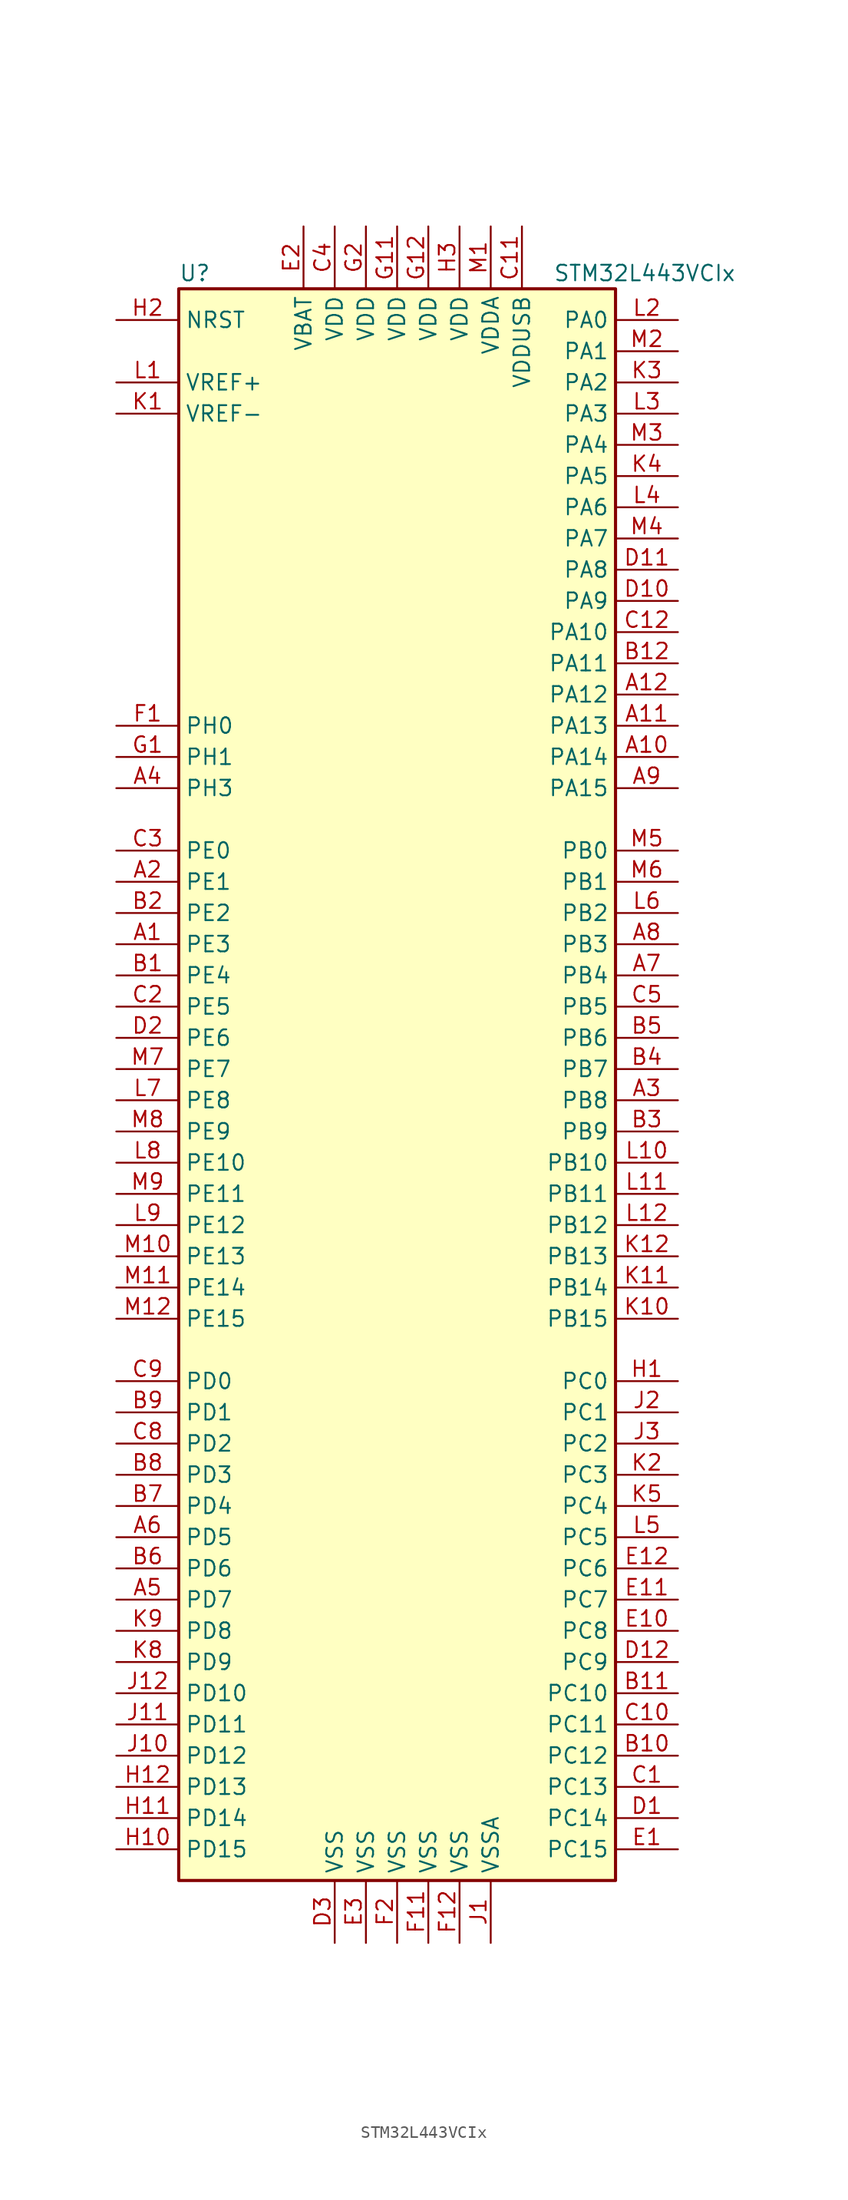
<source format=kicad_sym>
(kicad_symbol_lib
  (version 20201005)
  (generator kicad_symbol_editor)
  (symbol "MCU_ST_STM32L4:STM32L443VCIx"
    (property "Reference" "U"
      (at -17.78 64.77 0)
      (effects (font (size 1.27 1.27)) (justify left)))
    (property "Value" "STM32L443VCIx"
      (at 12.7 64.77 0)
      (effects (font (size 1.27 1.27)) (justify left)))
    (symbol "STM32L443VCIx_0_1"
      (rectangle (start -17.78 -66.04) (end 17.78 63.5) (stroke (width 0.254)) (fill (type background))))
    (symbol "STM32L443VCIx_1_1"
      (pin bidirectional line (at -22.86 10.16 0) (length 5.08) (name "PE3" (effects (font (size 1.27 1.27)))) (number "A1" (effects (font (size 1.27 1.27)))))
      (pin bidirectional line (at 22.86 25.4 180) (length 5.08) (name "PA14" (effects (font (size 1.27 1.27)))) (number "A10" (effects (font (size 1.27 1.27)))))
      (pin bidirectional line (at 22.86 27.94 180) (length 5.08) (name "PA13" (effects (font (size 1.27 1.27)))) (number "A11" (effects (font (size 1.27 1.27)))))
      (pin bidirectional line (at 22.86 30.48 180) (length 5.08) (name "PA12" (effects (font (size 1.27 1.27)))) (number "A12" (effects (font (size 1.27 1.27)))))
      (pin bidirectional line (at -22.86 15.24 0) (length 5.08) (name "PE1" (effects (font (size 1.27 1.27)))) (number "A2" (effects (font (size 1.27 1.27)))))
      (pin bidirectional line (at 22.86 -2.54 180) (length 5.08) (name "PB8" (effects (font (size 1.27 1.27)))) (number "A3" (effects (font (size 1.27 1.27)))))
      (pin bidirectional line (at -22.86 22.86 0) (length 5.08) (name "PH3" (effects (font (size 1.27 1.27)))) (number "A4" (effects (font (size 1.27 1.27)))))
      (pin bidirectional line (at -22.86 -43.18 0) (length 5.08) (name "PD7" (effects (font (size 1.27 1.27)))) (number "A5" (effects (font (size 1.27 1.27)))))
      (pin bidirectional line (at -22.86 -38.1 0) (length 5.08) (name "PD5" (effects (font (size 1.27 1.27)))) (number "A6" (effects (font (size 1.27 1.27)))))
      (pin bidirectional line (at 22.86 7.62 180) (length 5.08) (name "PB4" (effects (font (size 1.27 1.27)))) (number "A7" (effects (font (size 1.27 1.27)))))
      (pin bidirectional line (at 22.86 10.16 180) (length 5.08) (name "PB3" (effects (font (size 1.27 1.27)))) (number "A8" (effects (font (size 1.27 1.27)))))
      (pin bidirectional line (at 22.86 22.86 180) (length 5.08) (name "PA15" (effects (font (size 1.27 1.27)))) (number "A9" (effects (font (size 1.27 1.27)))))
      (pin bidirectional line (at -22.86 7.62 0) (length 5.08) (name "PE4" (effects (font (size 1.27 1.27)))) (number "B1" (effects (font (size 1.27 1.27)))))
      (pin bidirectional line (at 22.86 -55.88 180) (length 5.08) (name "PC12" (effects (font (size 1.27 1.27)))) (number "B10" (effects (font (size 1.27 1.27)))))
      (pin bidirectional line (at 22.86 -50.8 180) (length 5.08) (name "PC10" (effects (font (size 1.27 1.27)))) (number "B11" (effects (font (size 1.27 1.27)))))
      (pin bidirectional line (at 22.86 33.02 180) (length 5.08) (name "PA11" (effects (font (size 1.27 1.27)))) (number "B12" (effects (font (size 1.27 1.27)))))
      (pin bidirectional line (at -22.86 12.7 0) (length 5.08) (name "PE2" (effects (font (size 1.27 1.27)))) (number "B2" (effects (font (size 1.27 1.27)))))
      (pin bidirectional line (at 22.86 -5.08 180) (length 5.08) (name "PB9" (effects (font (size 1.27 1.27)))) (number "B3" (effects (font (size 1.27 1.27)))))
      (pin bidirectional line (at 22.86 0 180) (length 5.08) (name "PB7" (effects (font (size 1.27 1.27)))) (number "B4" (effects (font (size 1.27 1.27)))))
      (pin bidirectional line (at 22.86 2.54 180) (length 5.08) (name "PB6" (effects (font (size 1.27 1.27)))) (number "B5" (effects (font (size 1.27 1.27)))))
      (pin bidirectional line (at -22.86 -40.64 0) (length 5.08) (name "PD6" (effects (font (size 1.27 1.27)))) (number "B6" (effects (font (size 1.27 1.27)))))
      (pin bidirectional line (at -22.86 -35.56 0) (length 5.08) (name "PD4" (effects (font (size 1.27 1.27)))) (number "B7" (effects (font (size 1.27 1.27)))))
      (pin bidirectional line (at -22.86 -33.02 0) (length 5.08) (name "PD3" (effects (font (size 1.27 1.27)))) (number "B8" (effects (font (size 1.27 1.27)))))
      (pin bidirectional line (at -22.86 -27.94 0) (length 5.08) (name "PD1" (effects (font (size 1.27 1.27)))) (number "B9" (effects (font (size 1.27 1.27)))))
      (pin bidirectional line (at 22.86 -58.42 180) (length 5.08) (name "PC13" (effects (font (size 1.27 1.27)))) (number "C1" (effects (font (size 1.27 1.27)))))
      (pin bidirectional line (at 22.86 -53.34 180) (length 5.08) (name "PC11" (effects (font (size 1.27 1.27)))) (number "C10" (effects (font (size 1.27 1.27)))))
      (pin power_in line (at 10.16 68.58 270) (length 5.08) (name "VDDUSB" (effects (font (size 1.27 1.27)))) (number "C11" (effects (font (size 1.27 1.27)))))
      (pin bidirectional line (at 22.86 35.56 180) (length 5.08) (name "PA10" (effects (font (size 1.27 1.27)))) (number "C12" (effects (font (size 1.27 1.27)))))
      (pin bidirectional line (at -22.86 5.08 0) (length 5.08) (name "PE5" (effects (font (size 1.27 1.27)))) (number "C2" (effects (font (size 1.27 1.27)))))
      (pin bidirectional line (at -22.86 17.78 0) (length 5.08) (name "PE0" (effects (font (size 1.27 1.27)))) (number "C3" (effects (font (size 1.27 1.27)))))
      (pin power_in line (at -5.08 68.58 270) (length 5.08) (name "VDD" (effects (font (size 1.27 1.27)))) (number "C4" (effects (font (size 1.27 1.27)))))
      (pin bidirectional line (at 22.86 5.08 180) (length 5.08) (name "PB5" (effects (font (size 1.27 1.27)))) (number "C5" (effects (font (size 1.27 1.27)))))
      (pin bidirectional line (at -22.86 -30.48 0) (length 5.08) (name "PD2" (effects (font (size 1.27 1.27)))) (number "C8" (effects (font (size 1.27 1.27)))))
      (pin bidirectional line (at -22.86 -25.4 0) (length 5.08) (name "PD0" (effects (font (size 1.27 1.27)))) (number "C9" (effects (font (size 1.27 1.27)))))
      (pin bidirectional line (at 22.86 -60.96 180) (length 5.08) (name "PC14" (effects (font (size 1.27 1.27)))) (number "D1" (effects (font (size 1.27 1.27)))))
      (pin bidirectional line (at 22.86 38.1 180) (length 5.08) (name "PA9" (effects (font (size 1.27 1.27)))) (number "D10" (effects (font (size 1.27 1.27)))))
      (pin bidirectional line (at 22.86 40.64 180) (length 5.08) (name "PA8" (effects (font (size 1.27 1.27)))) (number "D11" (effects (font (size 1.27 1.27)))))
      (pin bidirectional line (at 22.86 -48.26 180) (length 5.08) (name "PC9" (effects (font (size 1.27 1.27)))) (number "D12" (effects (font (size 1.27 1.27)))))
      (pin bidirectional line (at -22.86 2.54 0) (length 5.08) (name "PE6" (effects (font (size 1.27 1.27)))) (number "D2" (effects (font (size 1.27 1.27)))))
      (pin power_in line (at -5.08 -71.12 90) (length 5.08) (name "VSS" (effects (font (size 1.27 1.27)))) (number "D3" (effects (font (size 1.27 1.27)))))
      (pin bidirectional line (at 22.86 -63.5 180) (length 5.08) (name "PC15" (effects (font (size 1.27 1.27)))) (number "E1" (effects (font (size 1.27 1.27)))))
      (pin bidirectional line (at 22.86 -45.72 180) (length 5.08) (name "PC8" (effects (font (size 1.27 1.27)))) (number "E10" (effects (font (size 1.27 1.27)))))
      (pin bidirectional line (at 22.86 -43.18 180) (length 5.08) (name "PC7" (effects (font (size 1.27 1.27)))) (number "E11" (effects (font (size 1.27 1.27)))))
      (pin bidirectional line (at 22.86 -40.64 180) (length 5.08) (name "PC6" (effects (font (size 1.27 1.27)))) (number "E12" (effects (font (size 1.27 1.27)))))
      (pin power_in line (at -7.62 68.58 270) (length 5.08) (name "VBAT" (effects (font (size 1.27 1.27)))) (number "E2" (effects (font (size 1.27 1.27)))))
      (pin power_in line (at -2.54 -71.12 90) (length 5.08) (name "VSS" (effects (font (size 1.27 1.27)))) (number "E3" (effects (font (size 1.27 1.27)))))
      (pin input line (at -22.86 27.94 0) (length 5.08) (name "PH0" (effects (font (size 1.27 1.27)))) (number "F1" (effects (font (size 1.27 1.27)))))
      (pin power_in line (at 2.54 -71.12 90) (length 5.08) (name "VSS" (effects (font (size 1.27 1.27)))) (number "F11" (effects (font (size 1.27 1.27)))))
      (pin power_in line (at 5.08 -71.12 90) (length 5.08) (name "VSS" (effects (font (size 1.27 1.27)))) (number "F12" (effects (font (size 1.27 1.27)))))
      (pin power_in line (at 0 -71.12 90) (length 5.08) (name "VSS" (effects (font (size 1.27 1.27)))) (number "F2" (effects (font (size 1.27 1.27)))))
      (pin input line (at -22.86 25.4 0) (length 5.08) (name "PH1" (effects (font (size 1.27 1.27)))) (number "G1" (effects (font (size 1.27 1.27)))))
      (pin power_in line (at 0 68.58 270) (length 5.08) (name "VDD" (effects (font (size 1.27 1.27)))) (number "G11" (effects (font (size 1.27 1.27)))))
      (pin power_in line (at 2.54 68.58 270) (length 5.08) (name "VDD" (effects (font (size 1.27 1.27)))) (number "G12" (effects (font (size 1.27 1.27)))))
      (pin power_in line (at -2.54 68.58 270) (length 5.08) (name "VDD" (effects (font (size 1.27 1.27)))) (number "G2" (effects (font (size 1.27 1.27)))))
      (pin bidirectional line (at 22.86 -25.4 180) (length 5.08) (name "PC0" (effects (font (size 1.27 1.27)))) (number "H1" (effects (font (size 1.27 1.27)))))
      (pin bidirectional line (at -22.86 -63.5 0) (length 5.08) (name "PD15" (effects (font (size 1.27 1.27)))) (number "H10" (effects (font (size 1.27 1.27)))))
      (pin bidirectional line (at -22.86 -60.96 0) (length 5.08) (name "PD14" (effects (font (size 1.27 1.27)))) (number "H11" (effects (font (size 1.27 1.27)))))
      (pin bidirectional line (at -22.86 -58.42 0) (length 5.08) (name "PD13" (effects (font (size 1.27 1.27)))) (number "H12" (effects (font (size 1.27 1.27)))))
      (pin input line (at -22.86 60.96 0) (length 5.08) (name "NRST" (effects (font (size 1.27 1.27)))) (number "H2" (effects (font (size 1.27 1.27)))))
      (pin power_in line (at 5.08 68.58 270) (length 5.08) (name "VDD" (effects (font (size 1.27 1.27)))) (number "H3" (effects (font (size 1.27 1.27)))))
      (pin power_in line (at 7.62 -71.12 90) (length 5.08) (name "VSSA" (effects (font (size 1.27 1.27)))) (number "J1" (effects (font (size 1.27 1.27)))))
      (pin bidirectional line (at -22.86 -55.88 0) (length 5.08) (name "PD12" (effects (font (size 1.27 1.27)))) (number "J10" (effects (font (size 1.27 1.27)))))
      (pin bidirectional line (at -22.86 -53.34 0) (length 5.08) (name "PD11" (effects (font (size 1.27 1.27)))) (number "J11" (effects (font (size 1.27 1.27)))))
      (pin bidirectional line (at -22.86 -50.8 0) (length 5.08) (name "PD10" (effects (font (size 1.27 1.27)))) (number "J12" (effects (font (size 1.27 1.27)))))
      (pin bidirectional line (at 22.86 -27.94 180) (length 5.08) (name "PC1" (effects (font (size 1.27 1.27)))) (number "J2" (effects (font (size 1.27 1.27)))))
      (pin bidirectional line (at 22.86 -30.48 180) (length 5.08) (name "PC2" (effects (font (size 1.27 1.27)))) (number "J3" (effects (font (size 1.27 1.27)))))
      (pin power_in line (at -22.86 53.34 0) (length 5.08) (name "VREF-" (effects (font (size 1.27 1.27)))) (number "K1" (effects (font (size 1.27 1.27)))))
      (pin bidirectional line (at 22.86 -20.32 180) (length 5.08) (name "PB15" (effects (font (size 1.27 1.27)))) (number "K10" (effects (font (size 1.27 1.27)))))
      (pin bidirectional line (at 22.86 -17.78 180) (length 5.08) (name "PB14" (effects (font (size 1.27 1.27)))) (number "K11" (effects (font (size 1.27 1.27)))))
      (pin bidirectional line (at 22.86 -15.24 180) (length 5.08) (name "PB13" (effects (font (size 1.27 1.27)))) (number "K12" (effects (font (size 1.27 1.27)))))
      (pin bidirectional line (at 22.86 -33.02 180) (length 5.08) (name "PC3" (effects (font (size 1.27 1.27)))) (number "K2" (effects (font (size 1.27 1.27)))))
      (pin bidirectional line (at 22.86 55.88 180) (length 5.08) (name "PA2" (effects (font (size 1.27 1.27)))) (number "K3" (effects (font (size 1.27 1.27)))))
      (pin bidirectional line (at 22.86 48.26 180) (length 5.08) (name "PA5" (effects (font (size 1.27 1.27)))) (number "K4" (effects (font (size 1.27 1.27)))))
      (pin bidirectional line (at 22.86 -35.56 180) (length 5.08) (name "PC4" (effects (font (size 1.27 1.27)))) (number "K5" (effects (font (size 1.27 1.27)))))
      (pin bidirectional line (at -22.86 -48.26 0) (length 5.08) (name "PD9" (effects (font (size 1.27 1.27)))) (number "K8" (effects (font (size 1.27 1.27)))))
      (pin bidirectional line (at -22.86 -45.72 0) (length 5.08) (name "PD8" (effects (font (size 1.27 1.27)))) (number "K9" (effects (font (size 1.27 1.27)))))
      (pin bidirectional line (at -22.86 55.88 0) (length 5.08) (name "VREF+" (effects (font (size 1.27 1.27)))) (number "L1" (effects (font (size 1.27 1.27)))))
      (pin bidirectional line (at 22.86 -7.62 180) (length 5.08) (name "PB10" (effects (font (size 1.27 1.27)))) (number "L10" (effects (font (size 1.27 1.27)))))
      (pin bidirectional line (at 22.86 -10.16 180) (length 5.08) (name "PB11" (effects (font (size 1.27 1.27)))) (number "L11" (effects (font (size 1.27 1.27)))))
      (pin bidirectional line (at 22.86 -12.7 180) (length 5.08) (name "PB12" (effects (font (size 1.27 1.27)))) (number "L12" (effects (font (size 1.27 1.27)))))
      (pin bidirectional line (at 22.86 60.96 180) (length 5.08) (name "PA0" (effects (font (size 1.27 1.27)))) (number "L2" (effects (font (size 1.27 1.27)))))
      (pin bidirectional line (at 22.86 53.34 180) (length 5.08) (name "PA3" (effects (font (size 1.27 1.27)))) (number "L3" (effects (font (size 1.27 1.27)))))
      (pin bidirectional line (at 22.86 45.72 180) (length 5.08) (name "PA6" (effects (font (size 1.27 1.27)))) (number "L4" (effects (font (size 1.27 1.27)))))
      (pin bidirectional line (at 22.86 -38.1 180) (length 5.08) (name "PC5" (effects (font (size 1.27 1.27)))) (number "L5" (effects (font (size 1.27 1.27)))))
      (pin bidirectional line (at 22.86 12.7 180) (length 5.08) (name "PB2" (effects (font (size 1.27 1.27)))) (number "L6" (effects (font (size 1.27 1.27)))))
      (pin bidirectional line (at -22.86 -2.54 0) (length 5.08) (name "PE8" (effects (font (size 1.27 1.27)))) (number "L7" (effects (font (size 1.27 1.27)))))
      (pin bidirectional line (at -22.86 -7.62 0) (length 5.08) (name "PE10" (effects (font (size 1.27 1.27)))) (number "L8" (effects (font (size 1.27 1.27)))))
      (pin bidirectional line (at -22.86 -12.7 0) (length 5.08) (name "PE12" (effects (font (size 1.27 1.27)))) (number "L9" (effects (font (size 1.27 1.27)))))
      (pin power_in line (at 7.62 68.58 270) (length 5.08) (name "VDDA" (effects (font (size 1.27 1.27)))) (number "M1" (effects (font (size 1.27 1.27)))))
      (pin bidirectional line (at -22.86 -15.24 0) (length 5.08) (name "PE13" (effects (font (size 1.27 1.27)))) (number "M10" (effects (font (size 1.27 1.27)))))
      (pin bidirectional line (at -22.86 -17.78 0) (length 5.08) (name "PE14" (effects (font (size 1.27 1.27)))) (number "M11" (effects (font (size 1.27 1.27)))))
      (pin bidirectional line (at -22.86 -20.32 0) (length 5.08) (name "PE15" (effects (font (size 1.27 1.27)))) (number "M12" (effects (font (size 1.27 1.27)))))
      (pin bidirectional line (at 22.86 58.42 180) (length 5.08) (name "PA1" (effects (font (size 1.27 1.27)))) (number "M2" (effects (font (size 1.27 1.27)))))
      (pin bidirectional line (at 22.86 50.8 180) (length 5.08) (name "PA4" (effects (font (size 1.27 1.27)))) (number "M3" (effects (font (size 1.27 1.27)))))
      (pin bidirectional line (at 22.86 43.18 180) (length 5.08) (name "PA7" (effects (font (size 1.27 1.27)))) (number "M4" (effects (font (size 1.27 1.27)))))
      (pin bidirectional line (at 22.86 17.78 180) (length 5.08) (name "PB0" (effects (font (size 1.27 1.27)))) (number "M5" (effects (font (size 1.27 1.27)))))
      (pin bidirectional line (at 22.86 15.24 180) (length 5.08) (name "PB1" (effects (font (size 1.27 1.27)))) (number "M6" (effects (font (size 1.27 1.27)))))
      (pin bidirectional line (at -22.86 0 0) (length 5.08) (name "PE7" (effects (font (size 1.27 1.27)))) (number "M7" (effects (font (size 1.27 1.27)))))
      (pin bidirectional line (at -22.86 -5.08 0) (length 5.08) (name "PE9" (effects (font (size 1.27 1.27)))) (number "M8" (effects (font (size 1.27 1.27)))))
      (pin bidirectional line (at -22.86 -10.16 0) (length 5.08) (name "PE11" (effects (font (size 1.27 1.27)))) (number "M9" (effects (font (size 1.27 1.27))))))))
</source>
